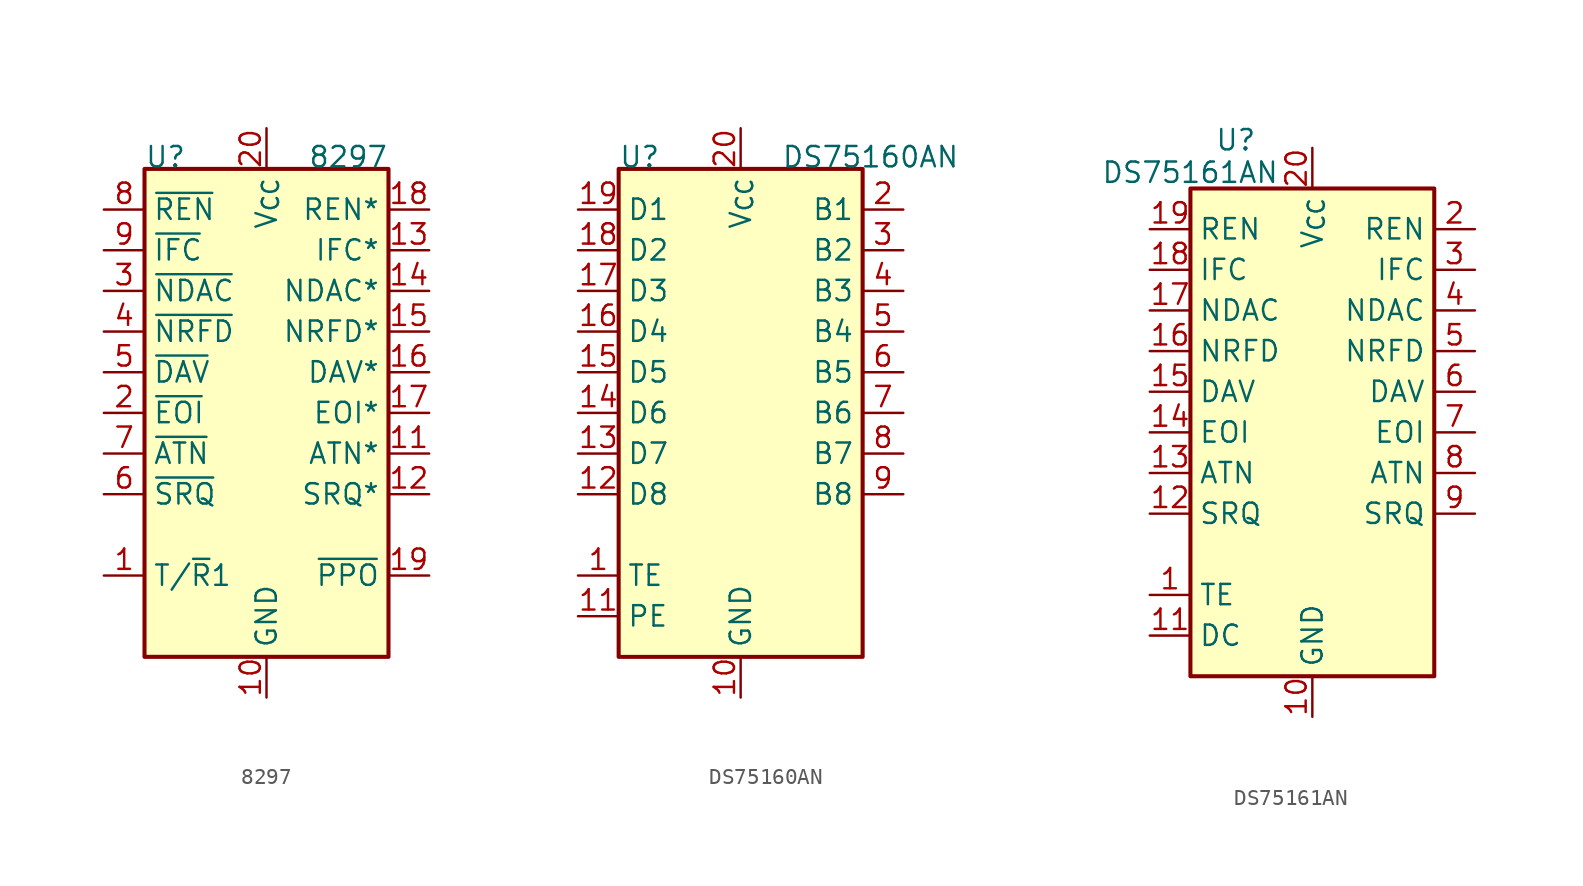
<source format=kicad_sym>
(kicad_symbol_lib
  (version 20231120)
  (generator "kicad_symbol_editor")
  (generator_version "8.0")
  (symbol "8297"
    (property "Reference" "U"
      (at -7.62 15.24 0)
      (effects (font (size 1.27 1.27)) (justify left bottom)))
    (property "Value" "8297"
      (at 7.62 15.24 0)
      (effects (font (size 1.27 1.27)) (justify right bottom)))
    (symbol "8297_1_1"
      (rectangle (start -7.62 15.24) (end 7.62 -15.24) (stroke (width 0.254) (type default)) (fill (type background)))
      (pin input line (at -10.16 -10.16 0) (length 2.54) (name "T/~{R}1" (effects (font (size 1.27 1.27)))) (number "1" (effects (font (size 1.27 1.27)))))
      (pin power_in line (at 0 -17.78 90) (length 2.54) (name "GND" (effects (font (size 1.27 1.27)))) (number "10" (effects (font (size 1.27 1.27)))))
      (pin input line (at 10.16 -2.54 180) (length 2.54) (name "ATN*" (effects (font (size 1.27 1.27)))) (number "11" (effects (font (size 1.27 1.27)))))
      (pin output line (at 10.16 -5.08 180) (length 2.54) (name "SRQ*" (effects (font (size 1.27 1.27)))) (number "12" (effects (font (size 1.27 1.27)))))
      (pin input line (at 10.16 10.16 180) (length 2.54) (name "IFC*" (effects (font (size 1.27 1.27)))) (number "13" (effects (font (size 1.27 1.27)))))
      (pin bidirectional line (at 10.16 7.62 180) (length 2.54) (name "NDAC*" (effects (font (size 1.27 1.27)))) (number "14" (effects (font (size 1.27 1.27)))))
      (pin bidirectional line (at 10.16 5.08 180) (length 2.54) (name "NRFD*" (effects (font (size 1.27 1.27)))) (number "15" (effects (font (size 1.27 1.27)))))
      (pin bidirectional line (at 10.16 2.54 180) (length 2.54) (name "DAV*" (effects (font (size 1.27 1.27)))) (number "16" (effects (font (size 1.27 1.27)))))
      (pin bidirectional line (at 10.16 0 180) (length 2.54) (name "EOI*" (effects (font (size 1.27 1.27)))) (number "17" (effects (font (size 1.27 1.27)))))
      (pin input line (at 10.16 12.7 180) (length 2.54) (name "REN*" (effects (font (size 1.27 1.27)))) (number "18" (effects (font (size 1.27 1.27)))))
      (pin output line (at 10.16 -10.16 180) (length 2.54) (name "~{PPO}" (effects (font (size 1.27 1.27)))) (number "19" (effects (font (size 1.27 1.27)))))
      (pin bidirectional line (at -10.16 0 0) (length 2.54) (name "~{EOI}" (effects (font (size 1.27 1.27)))) (number "2" (effects (font (size 1.27 1.27)))))
      (pin power_in line (at 0 17.78 270) (length 2.54) (name "V_{CC}" (effects (font (size 1.27 1.27)))) (number "20" (effects (font (size 1.27 1.27)))))
      (pin bidirectional line (at -10.16 7.62 0) (length 2.54) (name "~{NDAC}" (effects (font (size 1.27 1.27)))) (number "3" (effects (font (size 1.27 1.27)))))
      (pin bidirectional line (at -10.16 5.08 0) (length 2.54) (name "~{NRFD}" (effects (font (size 1.27 1.27)))) (number "4" (effects (font (size 1.27 1.27)))))
      (pin bidirectional line (at -10.16 2.54 0) (length 2.54) (name "~{DAV}" (effects (font (size 1.27 1.27)))) (number "5" (effects (font (size 1.27 1.27)))))
      (pin input line (at -10.16 -5.08 0) (length 2.54) (name "~{SRQ}" (effects (font (size 1.27 1.27)))) (number "6" (effects (font (size 1.27 1.27)))))
      (pin output line (at -10.16 -2.54 0) (length 2.54) (name "~{ATN}" (effects (font (size 1.27 1.27)))) (number "7" (effects (font (size 1.27 1.27)))))
      (pin output line (at -10.16 12.7 0) (length 2.54) (name "~{REN}" (effects (font (size 1.27 1.27)))) (number "8" (effects (font (size 1.27 1.27)))))
      (pin output line (at -10.16 10.16 0) (length 2.54) (name "~{IFC}" (effects (font (size 1.27 1.27)))) (number "9" (effects (font (size 1.27 1.27)))))))
  (symbol "DS75160AN"
    (property "Reference" "U"
      (at -7.62 15.24 0)
      (effects (font (size 1.27 1.27)) (justify left bottom)))
    (property "Value" "DS75160AN"
      (at 2.54 15.24 0)
      (effects (font (size 1.27 1.27)) (justify left bottom)))
    (symbol "DS75160AN_1_1"
      (rectangle (start -7.62 15.24) (end 7.62 -15.24) (stroke (width 0.254) (type default)) (fill (type background)))
      (pin input line (at -10.16 -10.16 0) (length 2.54) (name "TE" (effects (font (size 1.27 1.27)))) (number "1" (effects (font (size 1.27 1.27)))))
      (pin power_in line (at 0 -17.78 90) (length 2.54) (name "GND" (effects (font (size 1.27 1.27)))) (number "10" (effects (font (size 1.27 1.27)))))
      (pin input line (at -10.16 -12.7 0) (length 2.54) (name "PE" (effects (font (size 1.27 1.27)))) (number "11" (effects (font (size 1.27 1.27)))))
      (pin bidirectional line (at -10.16 -5.08 0) (length 2.54) (name "D8" (effects (font (size 1.27 1.27)))) (number "12" (effects (font (size 1.27 1.27)))))
      (pin bidirectional line (at -10.16 -2.54 0) (length 2.54) (name "D7" (effects (font (size 1.27 1.27)))) (number "13" (effects (font (size 1.27 1.27)))))
      (pin bidirectional line (at -10.16 0 0) (length 2.54) (name "D6" (effects (font (size 1.27 1.27)))) (number "14" (effects (font (size 1.27 1.27)))))
      (pin bidirectional line (at -10.16 2.54 0) (length 2.54) (name "D5" (effects (font (size 1.27 1.27)))) (number "15" (effects (font (size 1.27 1.27)))))
      (pin bidirectional line (at -10.16 5.08 0) (length 2.54) (name "D4" (effects (font (size 1.27 1.27)))) (number "16" (effects (font (size 1.27 1.27)))))
      (pin bidirectional line (at -10.16 7.62 0) (length 2.54) (name "D3" (effects (font (size 1.27 1.27)))) (number "17" (effects (font (size 1.27 1.27)))))
      (pin bidirectional line (at -10.16 10.16 0) (length 2.54) (name "D2" (effects (font (size 1.27 1.27)))) (number "18" (effects (font (size 1.27 1.27)))))
      (pin bidirectional line (at -10.16 12.7 0) (length 2.54) (name "D1" (effects (font (size 1.27 1.27)))) (number "19" (effects (font (size 1.27 1.27)))))
      (pin bidirectional line (at 10.16 12.7 180) (length 2.54) (name "B1" (effects (font (size 1.27 1.27)))) (number "2" (effects (font (size 1.27 1.27)))))
      (pin power_in line (at 0 17.78 270) (length 2.54) (name "V_{CC}" (effects (font (size 1.27 1.27)))) (number "20" (effects (font (size 1.27 1.27)))))
      (pin bidirectional line (at 10.16 10.16 180) (length 2.54) (name "B2" (effects (font (size 1.27 1.27)))) (number "3" (effects (font (size 1.27 1.27)))))
      (pin bidirectional line (at 10.16 7.62 180) (length 2.54) (name "B3" (effects (font (size 1.27 1.27)))) (number "4" (effects (font (size 1.27 1.27)))))
      (pin bidirectional line (at 10.16 5.08 180) (length 2.54) (name "B4" (effects (font (size 1.27 1.27)))) (number "5" (effects (font (size 1.27 1.27)))))
      (pin bidirectional line (at 10.16 2.54 180) (length 2.54) (name "B5" (effects (font (size 1.27 1.27)))) (number "6" (effects (font (size 1.27 1.27)))))
      (pin bidirectional line (at 10.16 0 180) (length 2.54) (name "B6" (effects (font (size 1.27 1.27)))) (number "7" (effects (font (size 1.27 1.27)))))
      (pin bidirectional line (at 10.16 -2.54 180) (length 2.54) (name "B7" (effects (font (size 1.27 1.27)))) (number "8" (effects (font (size 1.27 1.27)))))
      (pin bidirectional line (at 10.16 -5.08 180) (length 2.54) (name "B8" (effects (font (size 1.27 1.27)))) (number "9" (effects (font (size 1.27 1.27)))))))
  (symbol "DS75161AN"
    (property "Reference" "U"
      (at -6.096 17.526 0)
      (effects (font (size 1.27 1.27)) (justify left bottom)))
    (property "Value" "DS75161AN"
      (at -13.208 15.494 0)
      (effects (font (size 1.27 1.27)) (justify left bottom)))
    (symbol "DS75161AN_0_1"
      (rectangle (start -7.62 15.24) (end 7.62 -15.24) (stroke (width 0.254) (type default)) (fill (type background))))
    (symbol "DS75161AN_1_1"
      (pin input line (at -10.16 -10.16 0) (length 2.54) (name "TE" (effects (font (size 1.27 1.27)))) (number "1" (effects (font (size 1.27 1.27)))))
      (pin power_in line (at 0 -17.78 90) (length 2.54) (name "GND" (effects (font (size 1.27 1.27)))) (number "10" (effects (font (size 1.27 1.27)))))
      (pin input line (at -10.16 -12.7 0) (length 2.54) (name "DC" (effects (font (size 1.27 1.27)))) (number "11" (effects (font (size 1.27 1.27)))))
      (pin bidirectional line (at -10.16 -5.08 0) (length 2.54) (name "SRQ" (effects (font (size 1.27 1.27)))) (number "12" (effects (font (size 1.27 1.27)))))
      (pin bidirectional line (at -10.16 -2.54 0) (length 2.54) (name "ATN" (effects (font (size 1.27 1.27)))) (number "13" (effects (font (size 1.27 1.27)))))
      (pin bidirectional line (at -10.16 0 0) (length 2.54) (name "EOI" (effects (font (size 1.27 1.27)))) (number "14" (effects (font (size 1.27 1.27)))))
      (pin bidirectional line (at -10.16 2.54 0) (length 2.54) (name "DAV" (effects (font (size 1.27 1.27)))) (number "15" (effects (font (size 1.27 1.27)))))
      (pin bidirectional line (at -10.16 5.08 0) (length 2.54) (name "NRFD" (effects (font (size 1.27 1.27)))) (number "16" (effects (font (size 1.27 1.27)))))
      (pin bidirectional line (at -10.16 7.62 0) (length 2.54) (name "NDAC" (effects (font (size 1.27 1.27)))) (number "17" (effects (font (size 1.27 1.27)))))
      (pin bidirectional line (at -10.16 10.16 0) (length 2.54) (name "IFC" (effects (font (size 1.27 1.27)))) (number "18" (effects (font (size 1.27 1.27)))))
      (pin bidirectional line (at -10.16 12.7 0) (length 2.54) (name "REN" (effects (font (size 1.27 1.27)))) (number "19" (effects (font (size 1.27 1.27)))))
      (pin bidirectional line (at 10.16 12.7 180) (length 2.54) (name "REN" (effects (font (size 1.27 1.27)))) (number "2" (effects (font (size 1.27 1.27)))))
      (pin power_in line (at 0 17.78 270) (length 2.54) (name "V_{CC}" (effects (font (size 1.27 1.27)))) (number "20" (effects (font (size 1.27 1.27)))))
      (pin bidirectional line (at 10.16 10.16 180) (length 2.54) (name "IFC" (effects (font (size 1.27 1.27)))) (number "3" (effects (font (size 1.27 1.27)))))
      (pin bidirectional line (at 10.16 7.62 180) (length 2.54) (name "NDAC" (effects (font (size 1.27 1.27)))) (number "4" (effects (font (size 1.27 1.27)))))
      (pin bidirectional line (at 10.16 5.08 180) (length 2.54) (name "NRFD" (effects (font (size 1.27 1.27)))) (number "5" (effects (font (size 1.27 1.27)))))
      (pin bidirectional line (at 10.16 2.54 180) (length 2.54) (name "DAV" (effects (font (size 1.27 1.27)))) (number "6" (effects (font (size 1.27 1.27)))))
      (pin bidirectional line (at 10.16 0 180) (length 2.54) (name "EOI" (effects (font (size 1.27 1.27)))) (number "7" (effects (font (size 1.27 1.27)))))
      (pin bidirectional line (at 10.16 -2.54 180) (length 2.54) (name "ATN" (effects (font (size 1.27 1.27)))) (number "8" (effects (font (size 1.27 1.27)))))
      (pin bidirectional line (at 10.16 -5.08 180) (length 2.54) (name "SRQ" (effects (font (size 1.27 1.27)))) (number "9" (effects (font (size 1.27 1.27))))))))
</source>
